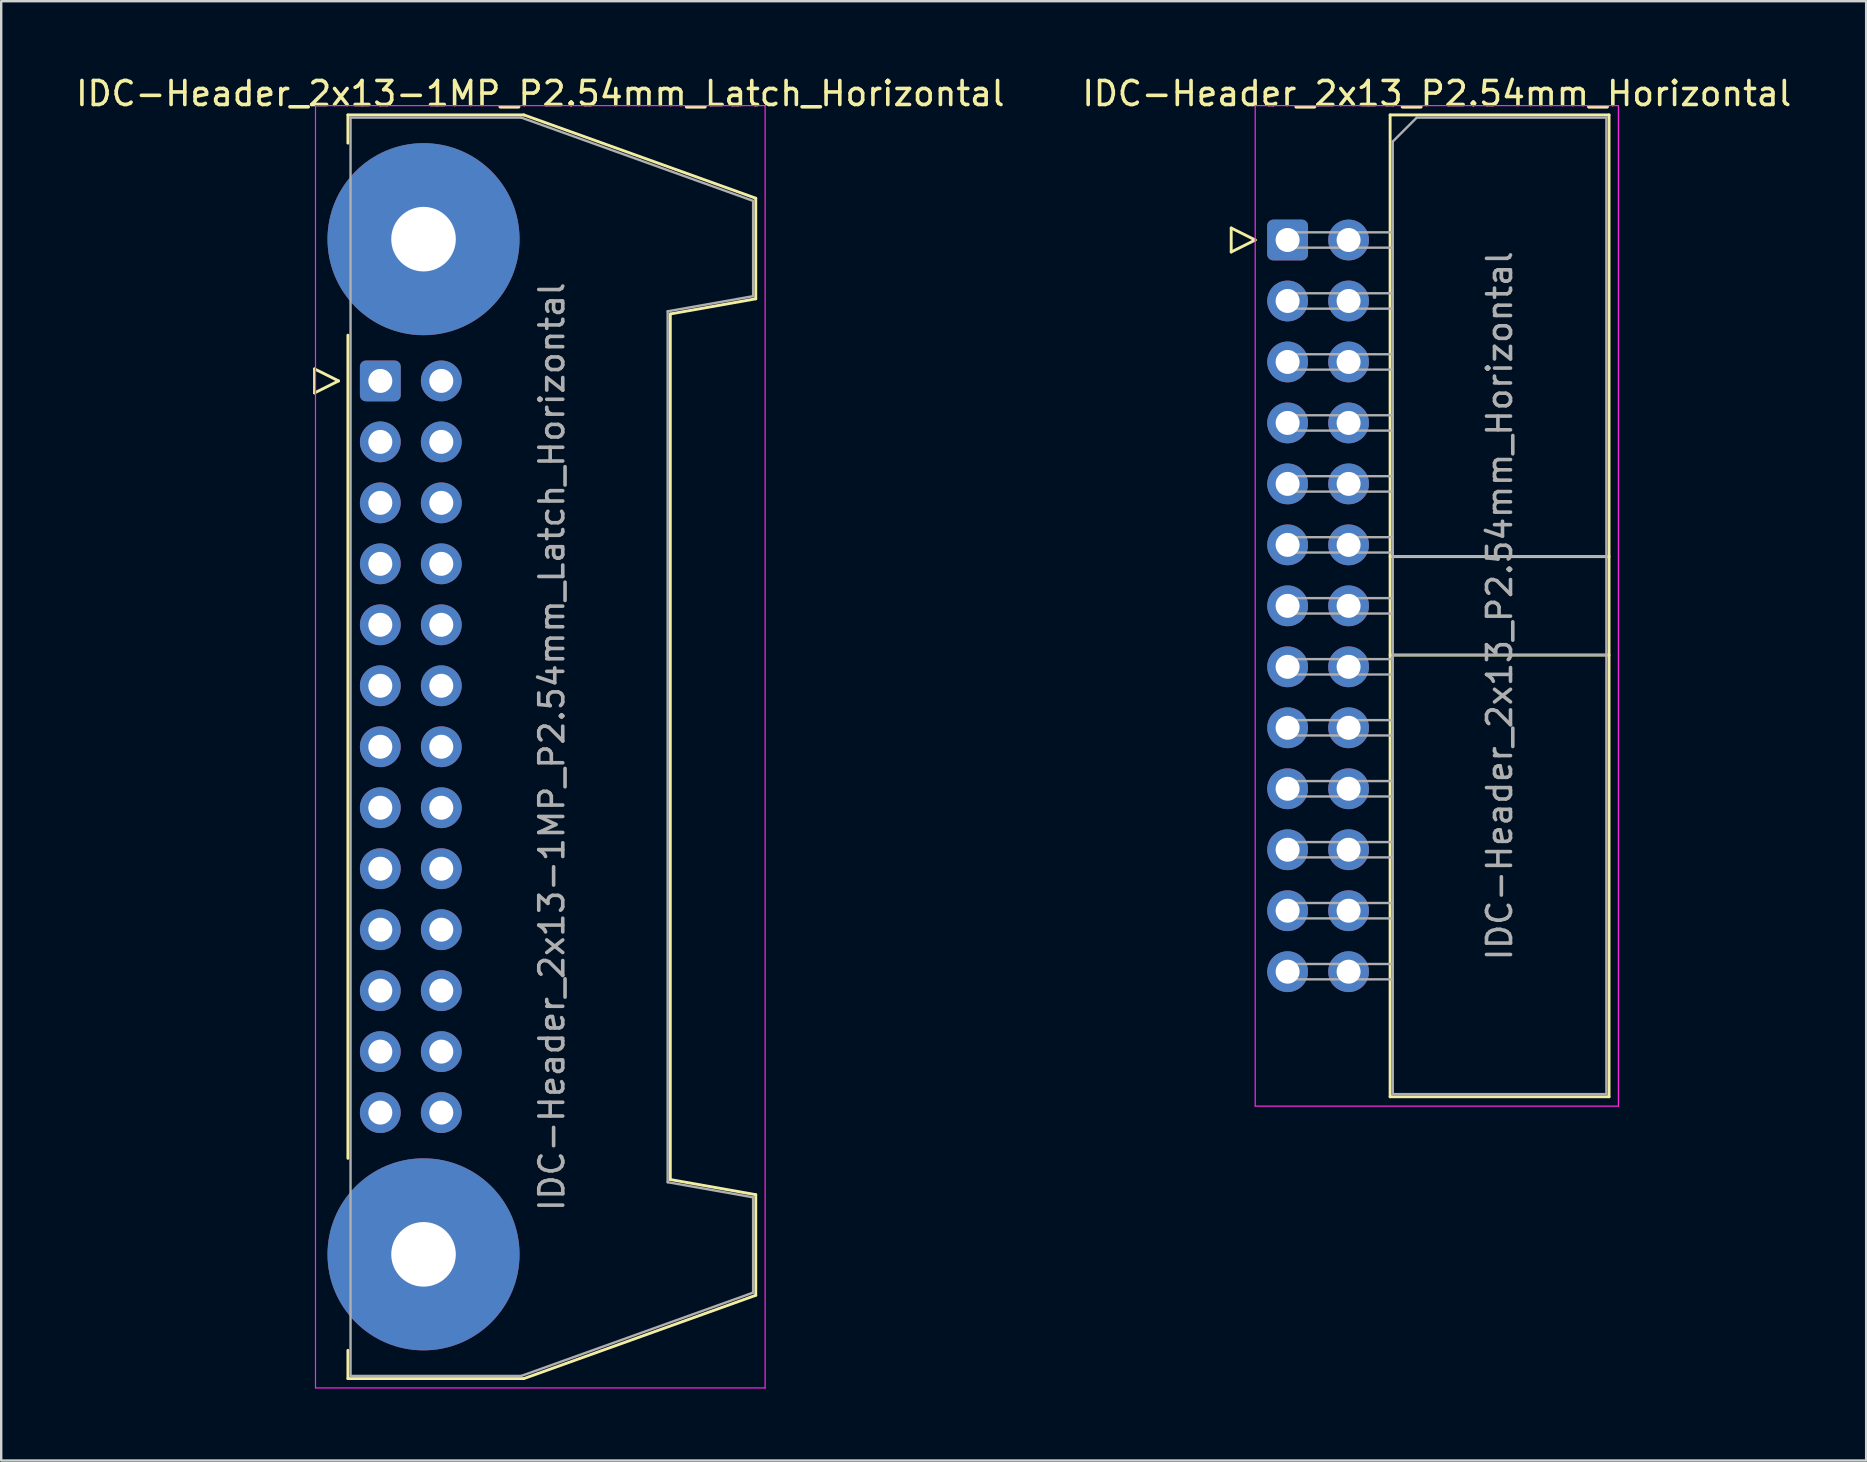
<source format=kicad_pcb>
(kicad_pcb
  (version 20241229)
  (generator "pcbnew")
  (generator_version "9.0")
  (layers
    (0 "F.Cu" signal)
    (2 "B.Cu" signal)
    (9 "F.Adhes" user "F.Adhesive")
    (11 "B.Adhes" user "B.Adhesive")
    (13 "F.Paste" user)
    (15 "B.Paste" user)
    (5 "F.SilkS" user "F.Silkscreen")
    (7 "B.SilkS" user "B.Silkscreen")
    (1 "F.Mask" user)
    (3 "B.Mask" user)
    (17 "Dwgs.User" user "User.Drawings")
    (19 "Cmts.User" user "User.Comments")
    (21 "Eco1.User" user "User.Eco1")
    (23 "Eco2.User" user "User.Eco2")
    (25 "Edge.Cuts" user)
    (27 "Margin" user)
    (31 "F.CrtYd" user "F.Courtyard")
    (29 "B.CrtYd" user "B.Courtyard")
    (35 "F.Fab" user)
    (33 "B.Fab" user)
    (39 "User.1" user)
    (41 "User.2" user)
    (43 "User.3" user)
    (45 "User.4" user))
  (footprint "IDC-Header_2x13_P2.54mm_Horizontal"
    (layer "F.Cu")
    (at 50.589 6.948)
    (property "Reference" "IDC-Header_2x13_P2.54mm_Horizontal" (at 6.215 -6.1 0) (layer "F.SilkS") (effects (font (size 1 1) (thickness 0.15))))
    (attr through_hole)
    (fp_line (start -2.35 -0.5) (end -2.35 0.5) (stroke (width 0.12) (type solid)) (layer "F.SilkS"))
    (fp_line (start -2.35 0.5) (end -1.35 0) (stroke (width 0.12) (type solid)) (layer "F.SilkS"))
    (fp_line (start -1.35 0) (end -2.35 -0.5) (stroke (width 0.12) (type solid)) (layer "F.SilkS"))
    (fp_line (start 4.27 -5.21) (end 13.39 -5.21) (stroke (width 0.12) (type solid)) (layer "F.SilkS"))
    (fp_line (start 4.27 13.19) (end 13.39 13.19) (stroke (width 0.12) (type solid)) (layer "F.SilkS"))
    (fp_line (start 4.27 17.29) (end 13.39 17.29) (stroke (width 0.12) (type solid)) (layer "F.SilkS"))
    (fp_line (start 4.27 35.69) (end 4.27 -5.21) (stroke (width 0.12) (type solid)) (layer "F.SilkS"))
    (fp_line (start 13.39 -5.21) (end 13.39 35.69) (stroke (width 0.12) (type solid)) (layer "F.SilkS"))
    (fp_line (start 13.39 35.69) (end 4.27 35.69) (stroke (width 0.12) (type solid)) (layer "F.SilkS"))
    (fp_line (start -1.35 -5.6) (end -1.35 36.08) (stroke (width 0.05) (type solid)) (layer "F.CrtYd"))
    (fp_line (start -1.35 36.08) (end 13.78 36.08) (stroke (width 0.05) (type solid)) (layer "F.CrtYd"))
    (fp_line (start 13.78 -5.6) (end -1.35 -5.6) (stroke (width 0.05) (type solid)) (layer "F.CrtYd"))
    (fp_line (start 13.78 36.08) (end 13.78 -5.6) (stroke (width 0.05) (type solid)) (layer "F.CrtYd"))
    (fp_line (start -0.32 -0.32) (end -0.32 0.32) (stroke (width 0.1) (type solid)) (layer "F.Fab"))
    (fp_line (start -0.32 0.32) (end 4.38 0.32) (stroke (width 0.1) (type solid)) (layer "F.Fab"))
    (fp_line (start -0.32 2.22) (end -0.32 2.86) (stroke (width 0.1) (type solid)) (layer "F.Fab"))
    (fp_line (start -0.32 2.86) (end 4.38 2.86) (stroke (width 0.1) (type solid)) (layer "F.Fab"))
    (fp_line (start -0.32 4.76) (end -0.32 5.4) (stroke (width 0.1) (type solid)) (layer "F.Fab"))
    (fp_line (start -0.32 5.4) (end 4.38 5.4) (stroke (width 0.1) (type solid)) (layer "F.Fab"))
    (fp_line (start -0.32 7.3) (end -0.32 7.94) (stroke (width 0.1) (type solid)) (layer "F.Fab"))
    (fp_line (start -0.32 7.94) (end 4.38 7.94) (stroke (width 0.1) (type solid)) (layer "F.Fab"))
    (fp_line (start -0.32 9.84) (end -0.32 10.48) (stroke (width 0.1) (type solid)) (layer "F.Fab"))
    (fp_line (start -0.32 10.48) (end 4.38 10.48) (stroke (width 0.1) (type solid)) (layer "F.Fab"))
    (fp_line (start -0.32 12.38) (end -0.32 13.02) (stroke (width 0.1) (type solid)) (layer "F.Fab"))
    (fp_line (start -0.32 13.02) (end 4.38 13.02) (stroke (width 0.1) (type solid)) (layer "F.Fab"))
    (fp_line (start -0.32 14.92) (end -0.32 15.56) (stroke (width 0.1) (type solid)) (layer "F.Fab"))
    (fp_line (start -0.32 15.56) (end 4.38 15.56) (stroke (width 0.1) (type solid)) (layer "F.Fab"))
    (fp_line (start -0.32 17.46) (end -0.32 18.1) (stroke (width 0.1) (type solid)) (layer "F.Fab"))
    (fp_line (start -0.32 18.1) (end 4.38 18.1) (stroke (width 0.1) (type solid)) (layer "F.Fab"))
    (fp_line (start -0.32 20) (end -0.32 20.64) (stroke (width 0.1) (type solid)) (layer "F.Fab"))
    (fp_line (start -0.32 20.64) (end 4.38 20.64) (stroke (width 0.1) (type solid)) (layer "F.Fab"))
    (fp_line (start -0.32 22.54) (end -0.32 23.18) (stroke (width 0.1) (type solid)) (layer "F.Fab"))
    (fp_line (start -0.32 23.18) (end 4.38 23.18) (stroke (width 0.1) (type solid)) (layer "F.Fab"))
    (fp_line (start -0.32 25.08) (end -0.32 25.72) (stroke (width 0.1) (type solid)) (layer "F.Fab"))
    (fp_line (start -0.32 25.72) (end 4.38 25.72) (stroke (width 0.1) (type solid)) (layer "F.Fab"))
    (fp_line (start -0.32 27.62) (end -0.32 28.26) (stroke (width 0.1) (type solid)) (layer "F.Fab"))
    (fp_line (start -0.32 28.26) (end 4.38 28.26) (stroke (width 0.1) (type solid)) (layer "F.Fab"))
    (fp_line (start -0.32 30.16) (end -0.32 30.8) (stroke (width 0.1) (type solid)) (layer "F.Fab"))
    (fp_line (start -0.32 30.8) (end 4.38 30.8) (stroke (width 0.1) (type solid)) (layer "F.Fab"))
    (fp_line (start 4.38 -4.1) (end 5.38 -5.1) (stroke (width 0.1) (type solid)) (layer "F.Fab"))
    (fp_line (start 4.38 -0.32) (end -0.32 -0.32) (stroke (width 0.1) (type solid)) (layer "F.Fab"))
    (fp_line (start 4.38 2.22) (end -0.32 2.22) (stroke (width 0.1) (type solid)) (layer "F.Fab"))
    (fp_line (start 4.38 4.76) (end -0.32 4.76) (stroke (width 0.1) (type solid)) (layer "F.Fab"))
    (fp_line (start 4.38 7.3) (end -0.32 7.3) (stroke (width 0.1) (type solid)) (layer "F.Fab"))
    (fp_line (start 4.38 9.84) (end -0.32 9.84) (stroke (width 0.1) (type solid)) (layer "F.Fab"))
    (fp_line (start 4.38 12.38) (end -0.32 12.38) (stroke (width 0.1) (type solid)) (layer "F.Fab"))
    (fp_line (start 4.38 13.19) (end 13.28 13.19) (stroke (width 0.1) (type solid)) (layer "F.Fab"))
    (fp_line (start 4.38 14.92) (end -0.32 14.92) (stroke (width 0.1) (type solid)) (layer "F.Fab"))
    (fp_line (start 4.38 17.29) (end 13.28 17.29) (stroke (width 0.1) (type solid)) (layer "F.Fab"))
    (fp_line (start 4.38 17.46) (end -0.32 17.46) (stroke (width 0.1) (type solid)) (layer "F.Fab"))
    (fp_line (start 4.38 20) (end -0.32 20) (stroke (width 0.1) (type solid)) (layer "F.Fab"))
    (fp_line (start 4.38 22.54) (end -0.32 22.54) (stroke (width 0.1) (type solid)) (layer "F.Fab"))
    (fp_line (start 4.38 25.08) (end -0.32 25.08) (stroke (width 0.1) (type solid)) (layer "F.Fab"))
    (fp_line (start 4.38 27.62) (end -0.32 27.62) (stroke (width 0.1) (type solid)) (layer "F.Fab"))
    (fp_line (start 4.38 30.16) (end -0.32 30.16) (stroke (width 0.1) (type solid)) (layer "F.Fab"))
    (fp_line (start 4.38 35.58) (end 4.38 -4.1) (stroke (width 0.1) (type solid)) (layer "F.Fab"))
    (fp_line (start 5.38 -5.1) (end 13.28 -5.1) (stroke (width 0.1) (type solid)) (layer "F.Fab"))
    (fp_line (start 13.28 -5.1) (end 13.28 35.58) (stroke (width 0.1) (type solid)) (layer "F.Fab"))
    (fp_line (start 13.28 35.58) (end 4.38 35.58) (stroke (width 0.1) (type solid)) (layer "F.Fab"))
    (fp_text user "${REFERENCE}" (at 8.83 15.24 90) (layer "F.Fab") (effects (font (size 1 1) (thickness 0.15))))
    (pad "1" thru_hole roundrect (at 0 0) (size 1.7 1.7) (drill 1) (layers "*.Cu" "*.Mask") (roundrect_rratio 0.147))
    (pad "2" thru_hole circle (at 2.54 0) (size 1.7 1.7) (drill 1) (layers "*.Cu" "*.Mask"))
    (pad "3" thru_hole circle (at 0 2.54) (size 1.7 1.7) (drill 1) (layers "*.Cu" "*.Mask"))
    (pad "4" thru_hole circle (at 2.54 2.54) (size 1.7 1.7) (drill 1) (layers "*.Cu" "*.Mask"))
    (pad "5" thru_hole circle (at 0 5.08) (size 1.7 1.7) (drill 1) (layers "*.Cu" "*.Mask"))
    (pad "6" thru_hole circle (at 2.54 5.08) (size 1.7 1.7) (drill 1) (layers "*.Cu" "*.Mask"))
    (pad "7" thru_hole circle (at 0 7.62) (size 1.7 1.7) (drill 1) (layers "*.Cu" "*.Mask"))
    (pad "8" thru_hole circle (at 2.54 7.62) (size 1.7 1.7) (drill 1) (layers "*.Cu" "*.Mask"))
    (pad "9" thru_hole circle (at 0 10.16) (size 1.7 1.7) (drill 1) (layers "*.Cu" "*.Mask"))
    (pad "10" thru_hole circle (at 2.54 10.16) (size 1.7 1.7) (drill 1) (layers "*.Cu" "*.Mask"))
    (pad "11" thru_hole circle (at 0 12.7) (size 1.7 1.7) (drill 1) (layers "*.Cu" "*.Mask"))
    (pad "12" thru_hole circle (at 2.54 12.7) (size 1.7 1.7) (drill 1) (layers "*.Cu" "*.Mask"))
    (pad "13" thru_hole circle (at 0 15.24) (size 1.7 1.7) (drill 1) (layers "*.Cu" "*.Mask"))
    (pad "14" thru_hole circle (at 2.54 15.24) (size 1.7 1.7) (drill 1) (layers "*.Cu" "*.Mask"))
    (pad "15" thru_hole circle (at 0 17.78) (size 1.7 1.7) (drill 1) (layers "*.Cu" "*.Mask"))
    (pad "16" thru_hole circle (at 2.54 17.78) (size 1.7 1.7) (drill 1) (layers "*.Cu" "*.Mask"))
    (pad "17" thru_hole circle (at 0 20.32) (size 1.7 1.7) (drill 1) (layers "*.Cu" "*.Mask"))
    (pad "18" thru_hole circle (at 2.54 20.32) (size 1.7 1.7) (drill 1) (layers "*.Cu" "*.Mask"))
    (pad "19" thru_hole circle (at 0 22.86) (size 1.7 1.7) (drill 1) (layers "*.Cu" "*.Mask"))
    (pad "20" thru_hole circle (at 2.54 22.86) (size 1.7 1.7) (drill 1) (layers "*.Cu" "*.Mask"))
    (pad "21" thru_hole circle (at 0 25.4) (size 1.7 1.7) (drill 1) (layers "*.Cu" "*.Mask"))
    (pad "22" thru_hole circle (at 2.54 25.4) (size 1.7 1.7) (drill 1) (layers "*.Cu" "*.Mask"))
    (pad "23" thru_hole circle (at 0 27.94) (size 1.7 1.7) (drill 1) (layers "*.Cu" "*.Mask"))
    (pad "24" thru_hole circle (at 2.54 27.94) (size 1.7 1.7) (drill 1) (layers "*.Cu" "*.Mask"))
    (pad "25" thru_hole circle (at 0 30.48) (size 1.7 1.7) (drill 1) (layers "*.Cu" "*.Mask"))
    (pad "26" thru_hole circle (at 2.54 30.48) (size 1.7 1.7) (drill 1) (layers "*.Cu" "*.Mask")))
  (footprint "IDC-Header_2x13-1MP_P2.54mm_Latch_Horizontal"
    (layer "F.Cu")
    (at 12.793 12.818)
    (property "Reference" "IDC-Header_2x13-1MP_P2.54mm_Latch_Horizontal" (at 6.665 -11.97 0) (layer "F.SilkS") (effects (font (size 1 1) (thickness 0.15))))
    (attr through_hole)
    (fp_line (start -2.74 -0.5) (end -2.74 0.5) (stroke (width 0.12) (type solid)) (layer "F.SilkS"))
    (fp_line (start -2.74 0.5) (end -1.74 0) (stroke (width 0.12) (type solid)) (layer "F.SilkS"))
    (fp_line (start -1.74 0) (end -2.74 -0.5) (stroke (width 0.12) (type solid)) (layer "F.SilkS"))
    (fp_line (start -1.35 -11.08) (end -1.35 -9.905) (stroke (width 0.12) (type solid)) (layer "F.SilkS"))
    (fp_line (start -1.35 -11.08) (end 5.98 -11.08) (stroke (width 0.12) (type solid)) (layer "F.SilkS"))
    (fp_line (start -1.35 -1.905) (end -1.35 32.385) (stroke (width 0.12) (type solid)) (layer "F.SilkS"))
    (fp_line (start -1.35 40.385) (end -1.35 41.56) (stroke (width 0.12) (type solid)) (layer "F.SilkS"))
    (fp_line (start 5.98 -11.08) (end 15.64 -7.61) (stroke (width 0.12) (type solid)) (layer "F.SilkS"))
    (fp_line (start 5.98 41.56) (end -1.35 41.56) (stroke (width 0.12) (type solid)) (layer "F.SilkS"))
    (fp_line (start 12.08 -2.79) (end 12.08 33.27) (stroke (width 0.12) (type solid)) (layer "F.SilkS"))
    (fp_line (start 12.08 33.27) (end 15.64 33.9) (stroke (width 0.12) (type solid)) (layer "F.SilkS"))
    (fp_line (start 15.64 -7.61) (end 15.64 -3.42) (stroke (width 0.12) (type solid)) (layer "F.SilkS"))
    (fp_line (start 15.64 -3.42) (end 12.08 -2.79) (stroke (width 0.12) (type solid)) (layer "F.SilkS"))
    (fp_line (start 15.64 33.9) (end 15.64 38.09) (stroke (width 0.12) (type solid)) (layer "F.SilkS"))
    (fp_line (start 15.64 38.09) (end 5.98 41.56) (stroke (width 0.12) (type solid)) (layer "F.SilkS"))
    (fp_line (start -2.7 -11.47) (end -2.7 41.95) (stroke (width 0.05) (type solid)) (layer "F.CrtYd"))
    (fp_line (start -2.7 41.95) (end 16.03 41.95) (stroke (width 0.05) (type solid)) (layer "F.CrtYd"))
    (fp_line (start 16.03 -11.47) (end -2.7 -11.47) (stroke (width 0.05) (type solid)) (layer "F.CrtYd"))
    (fp_line (start 16.03 41.95) (end 16.03 -11.47) (stroke (width 0.05) (type solid)) (layer "F.CrtYd"))
    (fp_line (start -1.24 -10.97) (end 5.87 -10.97) (stroke (width 0.1) (type solid)) (layer "F.Fab"))
    (fp_line (start -1.24 41.45) (end -1.24 -10.97) (stroke (width 0.1) (type solid)) (layer "F.Fab"))
    (fp_line (start 5.87 -10.97) (end 15.53 -7.5) (stroke (width 0.1) (type solid)) (layer "F.Fab"))
    (fp_line (start 5.87 41.45) (end -1.24 41.45) (stroke (width 0.1) (type solid)) (layer "F.Fab"))
    (fp_line (start 11.97 -2.9) (end 11.97 33.38) (stroke (width 0.1) (type solid)) (layer "F.Fab"))
    (fp_line (start 11.97 33.38) (end 15.53 34.01) (stroke (width 0.1) (type solid)) (layer "F.Fab"))
    (fp_line (start 15.53 -7.5) (end 15.53 -3.53) (stroke (width 0.1) (type solid)) (layer "F.Fab"))
    (fp_line (start 15.53 -3.53) (end 11.97 -2.9) (stroke (width 0.1) (type solid)) (layer "F.Fab"))
    (fp_line (start 15.53 34.01) (end 15.53 37.98) (stroke (width 0.1) (type solid)) (layer "F.Fab"))
    (fp_line (start 15.53 37.98) (end 5.87 41.45) (stroke (width 0.1) (type solid)) (layer "F.Fab"))
    (fp_text user "${REFERENCE}" (at 7.145 15.24 90) (layer "F.Fab") (effects (font (size 1 1) (thickness 0.15))))
    (pad "1" thru_hole roundrect (at 0 0) (size 1.7 1.7) (drill 1) (layers "*.Cu" "*.Mask") (roundrect_rratio 0.147))
    (pad "2" thru_hole circle (at 2.54 0) (size 1.7 1.7) (drill 1) (layers "*.Cu" "*.Mask"))
    (pad "3" thru_hole circle (at 0 2.54) (size 1.7 1.7) (drill 1) (layers "*.Cu" "*.Mask"))
    (pad "4" thru_hole circle (at 2.54 2.54) (size 1.7 1.7) (drill 1) (layers "*.Cu" "*.Mask"))
    (pad "5" thru_hole circle (at 0 5.08) (size 1.7 1.7) (drill 1) (layers "*.Cu" "*.Mask"))
    (pad "6" thru_hole circle (at 2.54 5.08) (size 1.7 1.7) (drill 1) (layers "*.Cu" "*.Mask"))
    (pad "7" thru_hole circle (at 0 7.62) (size 1.7 1.7) (drill 1) (layers "*.Cu" "*.Mask"))
    (pad "8" thru_hole circle (at 2.54 7.62) (size 1.7 1.7) (drill 1) (layers "*.Cu" "*.Mask"))
    (pad "9" thru_hole circle (at 0 10.16) (size 1.7 1.7) (drill 1) (layers "*.Cu" "*.Mask"))
    (pad "10" thru_hole circle (at 2.54 10.16) (size 1.7 1.7) (drill 1) (layers "*.Cu" "*.Mask"))
    (pad "11" thru_hole circle (at 0 12.7) (size 1.7 1.7) (drill 1) (layers "*.Cu" "*.Mask"))
    (pad "12" thru_hole circle (at 2.54 12.7) (size 1.7 1.7) (drill 1) (layers "*.Cu" "*.Mask"))
    (pad "13" thru_hole circle (at 0 15.24) (size 1.7 1.7) (drill 1) (layers "*.Cu" "*.Mask"))
    (pad "14" thru_hole circle (at 2.54 15.24) (size 1.7 1.7) (drill 1) (layers "*.Cu" "*.Mask"))
    (pad "15" thru_hole circle (at 0 17.78) (size 1.7 1.7) (drill 1) (layers "*.Cu" "*.Mask"))
    (pad "16" thru_hole circle (at 2.54 17.78) (size 1.7 1.7) (drill 1) (layers "*.Cu" "*.Mask"))
    (pad "17" thru_hole circle (at 0 20.32) (size 1.7 1.7) (drill 1) (layers "*.Cu" "*.Mask"))
    (pad "18" thru_hole circle (at 2.54 20.32) (size 1.7 1.7) (drill 1) (layers "*.Cu" "*.Mask"))
    (pad "19" thru_hole circle (at 0 22.86) (size 1.7 1.7) (drill 1) (layers "*.Cu" "*.Mask"))
    (pad "20" thru_hole circle (at 2.54 22.86) (size 1.7 1.7) (drill 1) (layers "*.Cu" "*.Mask"))
    (pad "21" thru_hole circle (at 0 25.4) (size 1.7 1.7) (drill 1) (layers "*.Cu" "*.Mask"))
    (pad "22" thru_hole circle (at 2.54 25.4) (size 1.7 1.7) (drill 1) (layers "*.Cu" "*.Mask"))
    (pad "23" thru_hole circle (at 0 27.94) (size 1.7 1.7) (drill 1) (layers "*.Cu" "*.Mask"))
    (pad "24" thru_hole circle (at 2.54 27.94) (size 1.7 1.7) (drill 1) (layers "*.Cu" "*.Mask"))
    (pad "25" thru_hole circle (at 0 30.48) (size 1.7 1.7) (drill 1) (layers "*.Cu" "*.Mask"))
    (pad "26" thru_hole circle (at 2.54 30.48) (size 1.7 1.7) (drill 1) (layers "*.Cu" "*.Mask"))
    (pad "MP" thru_hole circle (at 1.8 -5.905) (size 8 8) (drill 2.69) (layers "*.Cu" "*.Mask"))
    (pad "MP" thru_hole circle (at 1.8 36.385) (size 8 8) (drill 2.69) (layers "*.Cu" "*.Mask")))
  (gr_rect
    (start -3 -3)
    (end 74.69 57.793)
    (stroke (width 0.1) (type default))
    (fill no)
    (layer "Edge.Cuts")))
</source>
